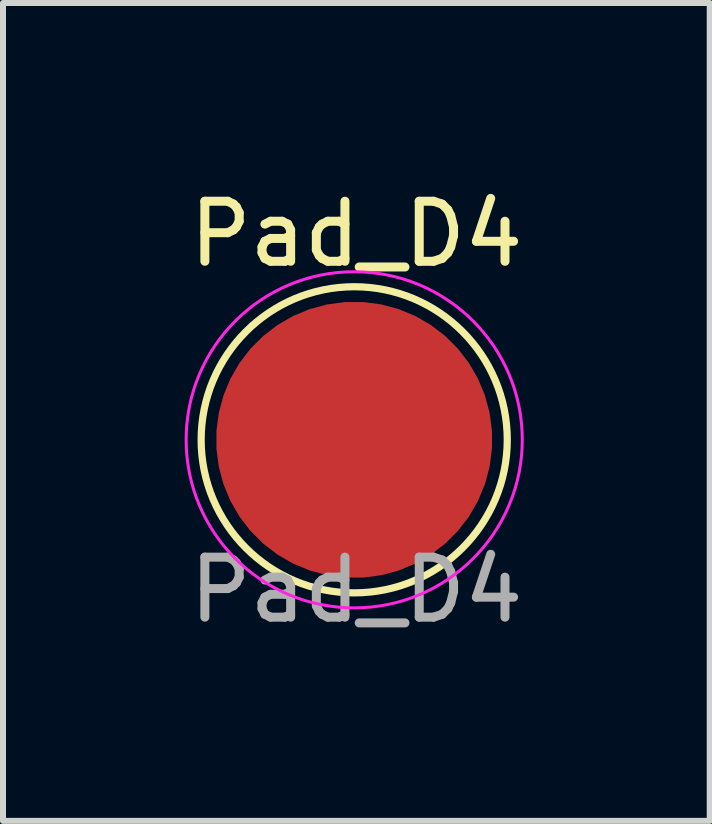
<source format=kicad_pcb>
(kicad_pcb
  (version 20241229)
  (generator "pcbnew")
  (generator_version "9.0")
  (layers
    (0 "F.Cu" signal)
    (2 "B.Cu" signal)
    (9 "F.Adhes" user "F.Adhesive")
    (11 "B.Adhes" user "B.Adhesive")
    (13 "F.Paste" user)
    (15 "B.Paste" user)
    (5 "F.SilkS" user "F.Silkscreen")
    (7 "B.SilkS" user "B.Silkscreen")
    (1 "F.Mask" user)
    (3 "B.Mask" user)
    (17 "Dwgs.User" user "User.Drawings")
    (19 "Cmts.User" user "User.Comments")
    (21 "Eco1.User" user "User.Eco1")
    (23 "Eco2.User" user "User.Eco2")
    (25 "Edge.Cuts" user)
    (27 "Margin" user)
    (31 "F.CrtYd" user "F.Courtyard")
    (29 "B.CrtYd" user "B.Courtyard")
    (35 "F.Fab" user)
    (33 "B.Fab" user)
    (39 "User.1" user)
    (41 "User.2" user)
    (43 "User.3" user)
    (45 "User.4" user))
  (footprint "Pad_D4"
    (layer "F.Cu")
    (at 2.887 4.277)
    (property "Reference" "Pad_D4" (at 0 -3.429 0) (unlocked yes) (layer "F.SilkS") (effects (font (size 1 1) (thickness 0.15))))
    (attr smd)
    (fp_circle (center -0.036 0) (end 2.514 0) (stroke (width 0.12) (type solid)) (fill no) (layer "F.SilkS"))
    (fp_circle (center -0.036 0) (end 2.764 0) (stroke (width 0.05) (type solid)) (fill no) (layer "F.CrtYd"))
    (fp_text user "${REFERENCE}" (at 0 2.5 0) (unlocked yes) (layer "F.Fab") (effects (font (size 1 1) (thickness 0.15))))
    (pad "1" smd custom (at -0.036 0) (size 4.6 4.6) (layers "F.Cu" "F.Mask") (options (anchor circle)) (primitives)))
  (gr_rect
    (start -3 -3)
    (end 8.774 10.626)
    (stroke (width 0.1) (type default))
    (fill no)
    (layer "Edge.Cuts")))
</source>
